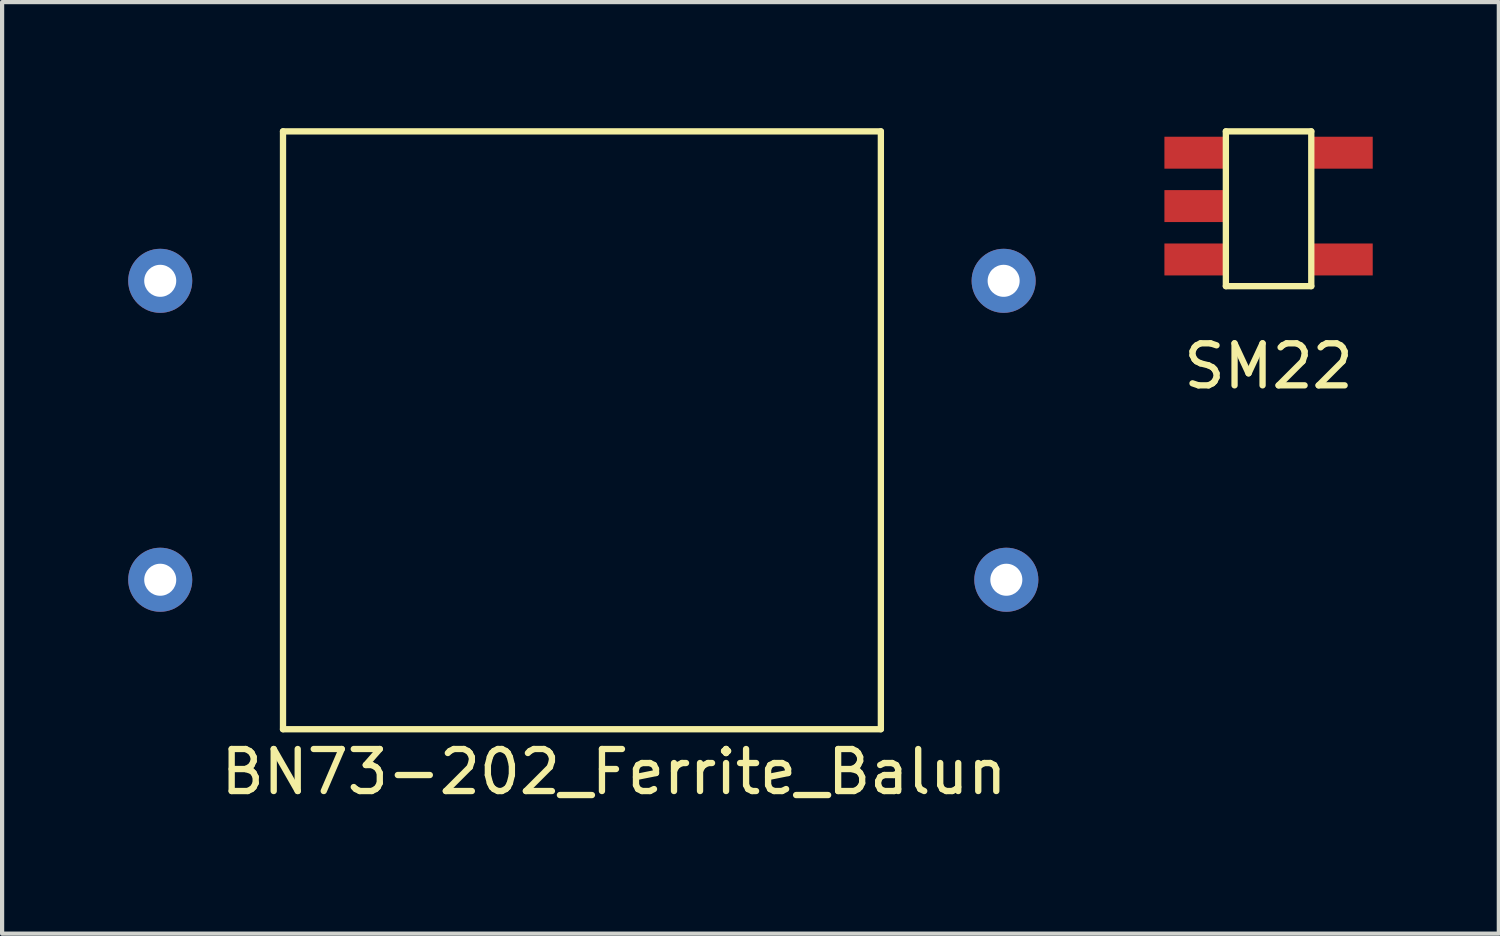
<source format=kicad_pcb>
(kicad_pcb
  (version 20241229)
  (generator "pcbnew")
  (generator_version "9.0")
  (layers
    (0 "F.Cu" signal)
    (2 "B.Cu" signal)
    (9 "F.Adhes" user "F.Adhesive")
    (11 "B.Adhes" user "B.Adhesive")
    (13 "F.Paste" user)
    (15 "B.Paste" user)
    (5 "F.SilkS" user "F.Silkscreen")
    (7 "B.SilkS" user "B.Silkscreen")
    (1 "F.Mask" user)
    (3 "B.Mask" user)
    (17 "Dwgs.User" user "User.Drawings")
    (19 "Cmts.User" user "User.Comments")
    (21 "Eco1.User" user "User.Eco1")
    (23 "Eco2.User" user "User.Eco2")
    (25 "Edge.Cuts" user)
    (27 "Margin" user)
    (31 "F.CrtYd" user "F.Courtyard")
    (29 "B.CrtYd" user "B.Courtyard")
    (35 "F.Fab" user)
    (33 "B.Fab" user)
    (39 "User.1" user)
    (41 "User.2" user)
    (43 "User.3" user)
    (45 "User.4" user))
  (footprint "SM22"
    (layer "F.Cu")
    (at 27.131 1.853)
    (property "Reference" "SM22" (at 0 3.81 0) (layer "F.SilkS") (effects (font (size 1 1) (thickness 0.15))))
    (attr through_hole)
    (fp_line (start -1.016 -1.778) (end 1.016 -1.778) (stroke (width 0.15) (type solid)) (layer "F.SilkS"))
    (fp_line (start -1.016 1.905) (end -1.016 -1.778) (stroke (width 0.15) (type solid)) (layer "F.SilkS"))
    (fp_line (start 1.016 -1.778) (end 1.016 1.905) (stroke (width 0.15) (type solid)) (layer "F.SilkS"))
    (fp_line (start 1.016 1.905) (end -1.016 1.905) (stroke (width 0.15) (type solid)) (layer "F.SilkS"))
    (pad "1" smd rect (at -1.778 -1.27) (size 1.4 0.76) (layers "F.Cu" "F.Mask" "F.Paste"))
    (pad "2" smd rect (at -1.778 0) (size 1.4 0.76) (layers "F.Cu" "F.Mask" "F.Paste"))
    (pad "3" smd rect (at -1.778 1.27) (size 1.4 0.76) (layers "F.Cu" "F.Mask" "F.Paste"))
    (pad "4" smd rect (at 1.778 1.27) (size 1.4 0.76) (layers "F.Cu" "F.Mask" "F.Paste"))
    (pad "5" smd rect (at 1.778 -1.27) (size 1.4 0.76) (layers "F.Cu" "F.Mask" "F.Paste")))
  (footprint "BN73-202_Ferrite_Balun"
    (layer "F.Cu")
    (at 10.795 7.187)
    (property "Reference" "BN73-202_Ferrite_Balun" (at 0.762 8.128 0) (layer "F.SilkS") (effects (font (size 1 1) (thickness 0.15))))
    (attr through_hole)
    (fp_line (start -7.112 -7.112) (end -7.112 7.112) (stroke (width 0.15) (type solid)) (layer "F.SilkS"))
    (fp_line (start -7.112 7.112) (end 7.112 7.112) (stroke (width 0.15) (type solid)) (layer "F.SilkS"))
    (fp_line (start 7.112 -7.112) (end -7.112 -7.112) (stroke (width 0.15) (type solid)) (layer "F.SilkS"))
    (fp_line (start 7.112 7.112) (end 7.112 -7.112) (stroke (width 0.15) (type solid)) (layer "F.SilkS"))
    (pad "1" thru_hole circle (at -10.033 -3.556) (size 1.524 1.524) (drill 0.762) (layers "*.Cu" "*.Mask"))
    (pad "2" thru_hole circle (at -10.033 3.556) (size 1.524 1.524) (drill 0.762) (layers "*.Cu" "*.Mask"))
    (pad "3" thru_hole circle (at 10.097 3.556) (size 1.524 1.524) (drill 0.762) (layers "*.Cu" "*.Mask"))
    (pad "4" thru_hole circle (at 10.033 -3.556) (size 1.524 1.524) (drill 0.762) (layers "*.Cu" "*.Mask")))
  (gr_rect
    (start -3 -3)
    (end 32.609 19.163)
    (stroke (width 0.1) (type default))
    (fill no)
    (layer "Edge.Cuts")))
</source>
